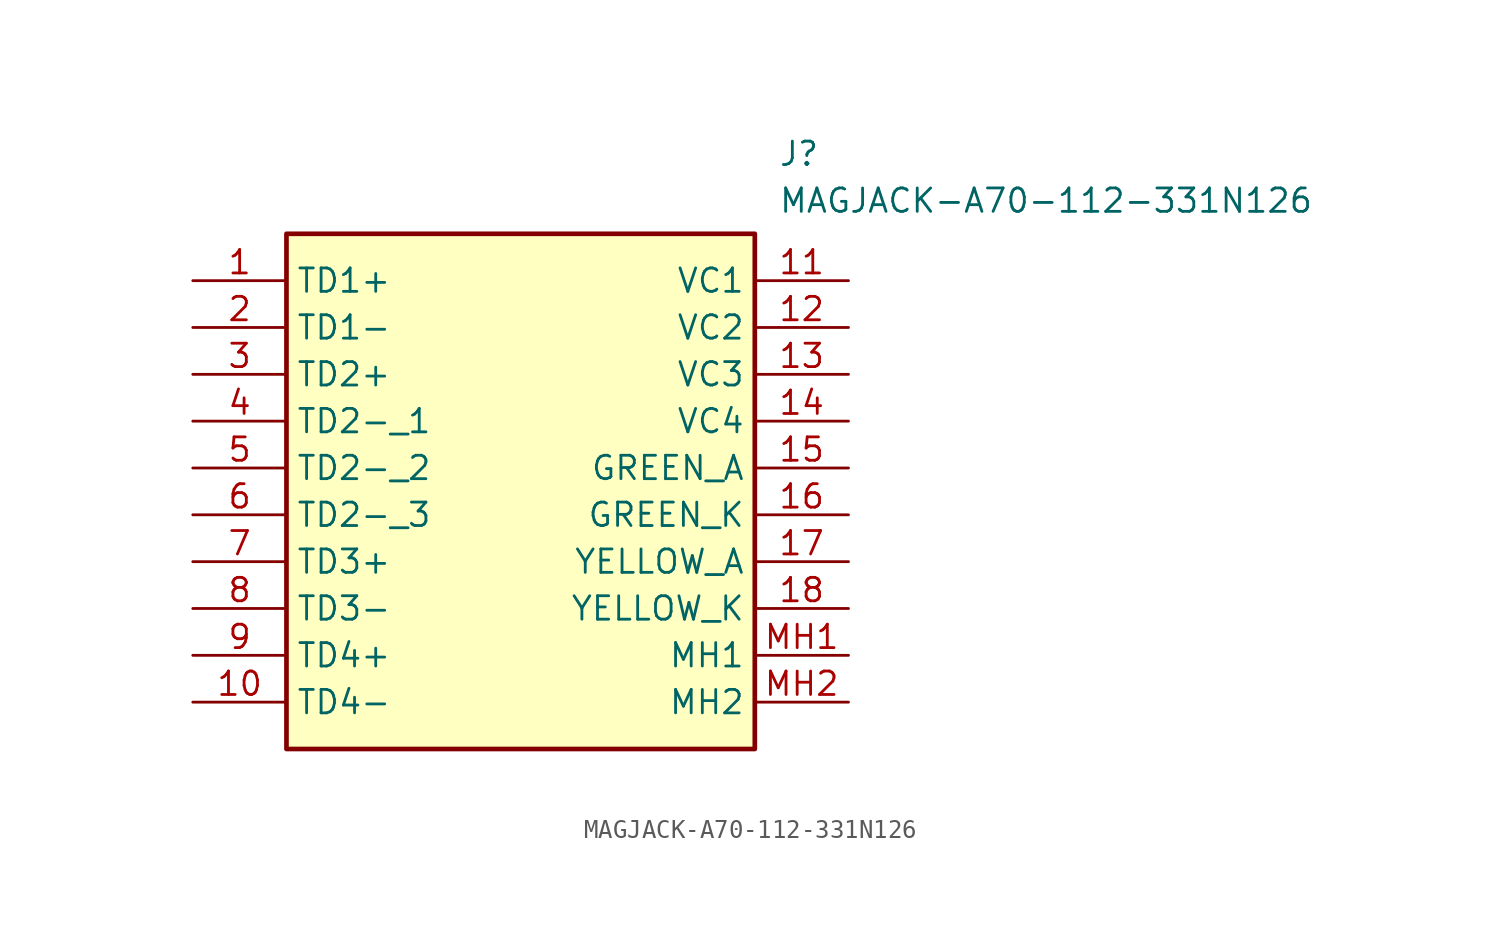
<source format=kicad_sym>
(kicad_symbol_lib
  (version 20211014)
  (generator SamacSys_ECAD_Model)
  (symbol "MAGJACK-A70-112-331N126"
    (property "Reference" "J"
      (at 31.75 7.62 0)
      (effects (font (size 1.27 1.27)) (justify left top)))
    (property "Value" "MAGJACK-A70-112-331N126"
      (at 31.75 5.08 0)
      (effects (font (size 1.27 1.27)) (justify left top)))
    (rectangle
      (start 5.08 2.54)
      (end 30.48 -25.4)
      (stroke (width 0.254) (type default))
      (fill (type background)))
    (pin passive line
      (at 0 0 0)
      (length 5.08)
      (name "TD1+" (effects (font (size 1.27 1.27))))
      (number "1" (effects (font (size 1.27 1.27)))))
    (pin passive line
      (at 0 -2.54 0)
      (length 5.08)
      (name "TD1-" (effects (font (size 1.27 1.27))))
      (number "2" (effects (font (size 1.27 1.27)))))
    (pin passive line
      (at 0 -5.08 0)
      (length 5.08)
      (name "TD2+" (effects (font (size 1.27 1.27))))
      (number "3" (effects (font (size 1.27 1.27)))))
    (pin passive line
      (at 0 -7.62 0)
      (length 5.08)
      (name "TD2-_1" (effects (font (size 1.27 1.27))))
      (number "4" (effects (font (size 1.27 1.27)))))
    (pin passive line
      (at 0 -10.16 0)
      (length 5.08)
      (name "TD2-_2" (effects (font (size 1.27 1.27))))
      (number "5" (effects (font (size 1.27 1.27)))))
    (pin passive line
      (at 0 -12.7 0)
      (length 5.08)
      (name "TD2-_3" (effects (font (size 1.27 1.27))))
      (number "6" (effects (font (size 1.27 1.27)))))
    (pin passive line
      (at 0 -15.24 0)
      (length 5.08)
      (name "TD3+" (effects (font (size 1.27 1.27))))
      (number "7" (effects (font (size 1.27 1.27)))))
    (pin passive line
      (at 0 -17.78 0)
      (length 5.08)
      (name "TD3-" (effects (font (size 1.27 1.27))))
      (number "8" (effects (font (size 1.27 1.27)))))
    (pin passive line
      (at 0 -20.32 0)
      (length 5.08)
      (name "TD4+" (effects (font (size 1.27 1.27))))
      (number "9" (effects (font (size 1.27 1.27)))))
    (pin passive line
      (at 0 -22.86 0)
      (length 5.08)
      (name "TD4-" (effects (font (size 1.27 1.27))))
      (number "10" (effects (font (size 1.27 1.27)))))
    (pin passive line
      (at 35.56 0 180)
      (length 5.08)
      (name "VC1" (effects (font (size 1.27 1.27))))
      (number "11" (effects (font (size 1.27 1.27)))))
    (pin passive line
      (at 35.56 -2.54 180)
      (length 5.08)
      (name "VC2" (effects (font (size 1.27 1.27))))
      (number "12" (effects (font (size 1.27 1.27)))))
    (pin passive line
      (at 35.56 -5.08 180)
      (length 5.08)
      (name "VC3" (effects (font (size 1.27 1.27))))
      (number "13" (effects (font (size 1.27 1.27)))))
    (pin passive line
      (at 35.56 -7.62 180)
      (length 5.08)
      (name "VC4" (effects (font (size 1.27 1.27))))
      (number "14" (effects (font (size 1.27 1.27)))))
    (pin passive line
      (at 35.56 -10.16 180)
      (length 5.08)
      (name "GREEN_A" (effects (font (size 1.27 1.27))))
      (number "15" (effects (font (size 1.27 1.27)))))
    (pin passive line
      (at 35.56 -12.7 180)
      (length 5.08)
      (name "GREEN_K" (effects (font (size 1.27 1.27))))
      (number "16" (effects (font (size 1.27 1.27)))))
    (pin passive line
      (at 35.56 -15.24 180)
      (length 5.08)
      (name "YELLOW_A" (effects (font (size 1.27 1.27))))
      (number "17" (effects (font (size 1.27 1.27)))))
    (pin passive line
      (at 35.56 -17.78 180)
      (length 5.08)
      (name "YELLOW_K" (effects (font (size 1.27 1.27))))
      (number "18" (effects (font (size 1.27 1.27)))))
    (pin passive line
      (at 35.56 -20.32 180)
      (length 5.08)
      (name "MH1" (effects (font (size 1.27 1.27))))
      (number "MH1" (effects (font (size 1.27 1.27)))))
    (pin passive line
      (at 35.56 -22.86 180)
      (length 5.08)
      (name "MH2" (effects (font (size 1.27 1.27))))
      (number "MH2" (effects (font (size 1.27 1.27)))))))
</source>
